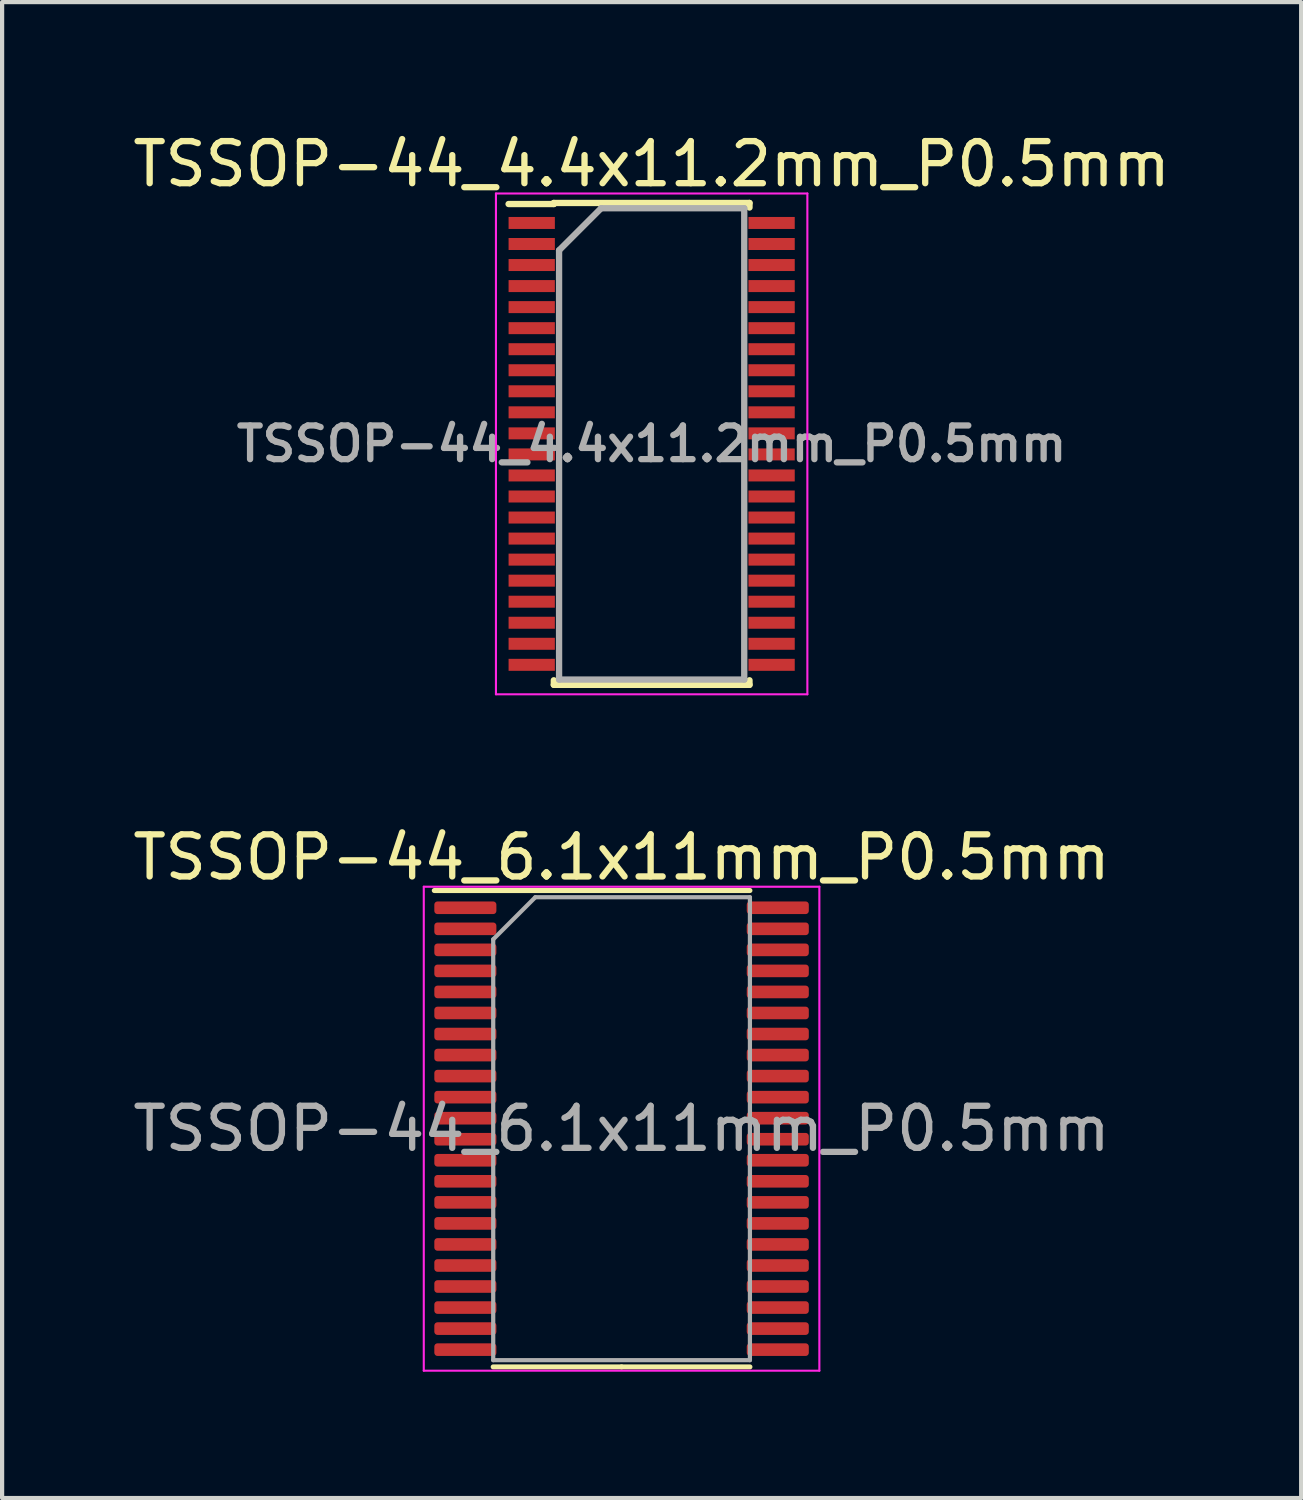
<source format=kicad_pcb>
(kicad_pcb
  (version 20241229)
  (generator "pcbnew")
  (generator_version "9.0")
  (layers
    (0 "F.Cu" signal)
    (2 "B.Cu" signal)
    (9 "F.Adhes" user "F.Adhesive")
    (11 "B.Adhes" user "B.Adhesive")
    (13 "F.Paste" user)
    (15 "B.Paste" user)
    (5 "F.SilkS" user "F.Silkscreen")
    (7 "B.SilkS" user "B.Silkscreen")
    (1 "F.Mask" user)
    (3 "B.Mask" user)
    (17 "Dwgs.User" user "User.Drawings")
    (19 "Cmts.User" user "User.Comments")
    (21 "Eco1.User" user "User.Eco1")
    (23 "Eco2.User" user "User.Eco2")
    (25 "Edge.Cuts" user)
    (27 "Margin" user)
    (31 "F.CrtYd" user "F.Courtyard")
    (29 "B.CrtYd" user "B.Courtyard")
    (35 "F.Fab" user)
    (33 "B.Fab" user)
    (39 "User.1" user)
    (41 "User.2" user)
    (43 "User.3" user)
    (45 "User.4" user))
  (footprint "TSSOP-44_4.4x11.2mm_P0.5mm"
    (layer "F.Cu")
    (at 12.435 7.498)
    (property "Reference" "TSSOP-44_4.4x11.2mm_P0.5mm" (at 0 -6.65 0) (layer "F.SilkS") (effects (font (size 1 1) (thickness 0.15))))
    (attr smd)
    (fp_line (start -2.325 -5.725) (end -2.325 -5.7) (stroke (width 0.15) (type solid)) (layer "F.SilkS"))
    (fp_line (start -2.325 -5.725) (end 2.325 -5.725) (stroke (width 0.15) (type solid)) (layer "F.SilkS"))
    (fp_line (start -2.325 -5.7) (end -3.4 -5.7) (stroke (width 0.15) (type solid)) (layer "F.SilkS"))
    (fp_line (start -2.325 5.725) (end -2.325 5.617) (stroke (width 0.15) (type solid)) (layer "F.SilkS"))
    (fp_line (start -2.325 5.725) (end 2.325 5.725) (stroke (width 0.15) (type solid)) (layer "F.SilkS"))
    (fp_line (start 2.325 -5.725) (end 2.325 -5.617) (stroke (width 0.15) (type solid)) (layer "F.SilkS"))
    (fp_line (start 2.325 5.725) (end 2.325 5.617) (stroke (width 0.15) (type solid)) (layer "F.SilkS"))
    (fp_line (start -3.7 -5.95) (end -3.7 5.95) (stroke (width 0.05) (type solid)) (layer "F.CrtYd"))
    (fp_line (start -3.7 -5.95) (end 3.7 -5.95) (stroke (width 0.05) (type solid)) (layer "F.CrtYd"))
    (fp_line (start -3.7 5.95) (end 3.7 5.95) (stroke (width 0.05) (type solid)) (layer "F.CrtYd"))
    (fp_line (start 3.7 -5.95) (end 3.7 5.95) (stroke (width 0.05) (type solid)) (layer "F.CrtYd"))
    (fp_line (start -2.2 -4.6) (end -1.2 -5.6) (stroke (width 0.15) (type solid)) (layer "F.Fab"))
    (fp_line (start -2.2 5.6) (end -2.2 -4.6) (stroke (width 0.15) (type solid)) (layer "F.Fab"))
    (fp_line (start -1.2 -5.6) (end 2.2 -5.6) (stroke (width 0.15) (type solid)) (layer "F.Fab"))
    (fp_line (start 2.2 -5.6) (end 2.2 5.6) (stroke (width 0.15) (type solid)) (layer "F.Fab"))
    (fp_line (start 2.2 5.6) (end -2.2 5.6) (stroke (width 0.15) (type solid)) (layer "F.Fab"))
    (fp_text user "${REFERENCE}" (at 0 0 0) (layer "F.Fab") (effects (font (size 0.8 0.8) (thickness 0.15))))
    (pad "1" smd rect (at -2.85 -5.25) (size 1.1 0.285) (layers "F.Cu" "F.Mask" "F.Paste"))
    (pad "2" smd rect (at -2.85 -4.75) (size 1.1 0.285) (layers "F.Cu" "F.Mask" "F.Paste"))
    (pad "3" smd rect (at -2.85 -4.25) (size 1.1 0.285) (layers "F.Cu" "F.Mask" "F.Paste"))
    (pad "4" smd rect (at -2.85 -3.75) (size 1.1 0.285) (layers "F.Cu" "F.Mask" "F.Paste"))
    (pad "5" smd rect (at -2.85 -3.25) (size 1.1 0.285) (layers "F.Cu" "F.Mask" "F.Paste"))
    (pad "6" smd rect (at -2.85 -2.75) (size 1.1 0.285) (layers "F.Cu" "F.Mask" "F.Paste"))
    (pad "7" smd rect (at -2.85 -2.25) (size 1.1 0.285) (layers "F.Cu" "F.Mask" "F.Paste"))
    (pad "8" smd rect (at -2.85 -1.75) (size 1.1 0.285) (layers "F.Cu" "F.Mask" "F.Paste"))
    (pad "9" smd rect (at -2.85 -1.25) (size 1.1 0.285) (layers "F.Cu" "F.Mask" "F.Paste"))
    (pad "10" smd rect (at -2.85 -0.75) (size 1.1 0.285) (layers "F.Cu" "F.Mask" "F.Paste"))
    (pad "11" smd rect (at -2.85 -0.25) (size 1.1 0.285) (layers "F.Cu" "F.Mask" "F.Paste"))
    (pad "12" smd rect (at -2.85 0.25) (size 1.1 0.285) (layers "F.Cu" "F.Mask" "F.Paste"))
    (pad "13" smd rect (at -2.85 0.75) (size 1.1 0.285) (layers "F.Cu" "F.Mask" "F.Paste"))
    (pad "14" smd rect (at -2.85 1.25) (size 1.1 0.285) (layers "F.Cu" "F.Mask" "F.Paste"))
    (pad "15" smd rect (at -2.85 1.75) (size 1.1 0.285) (layers "F.Cu" "F.Mask" "F.Paste"))
    (pad "16" smd rect (at -2.85 2.25) (size 1.1 0.285) (layers "F.Cu" "F.Mask" "F.Paste"))
    (pad "17" smd rect (at -2.85 2.75) (size 1.1 0.285) (layers "F.Cu" "F.Mask" "F.Paste"))
    (pad "18" smd rect (at -2.85 3.25) (size 1.1 0.285) (layers "F.Cu" "F.Mask" "F.Paste"))
    (pad "19" smd rect (at -2.85 3.75) (size 1.1 0.285) (layers "F.Cu" "F.Mask" "F.Paste"))
    (pad "20" smd rect (at -2.85 4.25) (size 1.1 0.285) (layers "F.Cu" "F.Mask" "F.Paste"))
    (pad "21" smd rect (at -2.85 4.75) (size 1.1 0.285) (layers "F.Cu" "F.Mask" "F.Paste"))
    (pad "22" smd rect (at -2.85 5.25) (size 1.1 0.285) (layers "F.Cu" "F.Mask" "F.Paste"))
    (pad "23" smd rect (at 2.85 5.25) (size 1.1 0.285) (layers "F.Cu" "F.Mask" "F.Paste"))
    (pad "24" smd rect (at 2.85 4.75) (size 1.1 0.285) (layers "F.Cu" "F.Mask" "F.Paste"))
    (pad "25" smd rect (at 2.85 4.25) (size 1.1 0.285) (layers "F.Cu" "F.Mask" "F.Paste"))
    (pad "26" smd rect (at 2.85 3.75) (size 1.1 0.285) (layers "F.Cu" "F.Mask" "F.Paste"))
    (pad "27" smd rect (at 2.85 3.25) (size 1.1 0.285) (layers "F.Cu" "F.Mask" "F.Paste"))
    (pad "28" smd rect (at 2.85 2.75) (size 1.1 0.285) (layers "F.Cu" "F.Mask" "F.Paste"))
    (pad "29" smd rect (at 2.85 2.25) (size 1.1 0.285) (layers "F.Cu" "F.Mask" "F.Paste"))
    (pad "30" smd rect (at 2.85 1.75) (size 1.1 0.285) (layers "F.Cu" "F.Mask" "F.Paste"))
    (pad "31" smd rect (at 2.85 1.25) (size 1.1 0.285) (layers "F.Cu" "F.Mask" "F.Paste"))
    (pad "32" smd rect (at 2.85 0.75) (size 1.1 0.285) (layers "F.Cu" "F.Mask" "F.Paste"))
    (pad "33" smd rect (at 2.85 0.25) (size 1.1 0.285) (layers "F.Cu" "F.Mask" "F.Paste"))
    (pad "34" smd rect (at 2.85 -0.25) (size 1.1 0.285) (layers "F.Cu" "F.Mask" "F.Paste"))
    (pad "35" smd rect (at 2.85 -0.75) (size 1.1 0.285) (layers "F.Cu" "F.Mask" "F.Paste"))
    (pad "36" smd rect (at 2.85 -1.25) (size 1.1 0.285) (layers "F.Cu" "F.Mask" "F.Paste"))
    (pad "37" smd rect (at 2.85 -1.75) (size 1.1 0.285) (layers "F.Cu" "F.Mask" "F.Paste"))
    (pad "38" smd rect (at 2.85 -2.25) (size 1.1 0.285) (layers "F.Cu" "F.Mask" "F.Paste"))
    (pad "39" smd rect (at 2.85 -2.75) (size 1.1 0.285) (layers "F.Cu" "F.Mask" "F.Paste"))
    (pad "40" smd rect (at 2.85 -3.25) (size 1.1 0.285) (layers "F.Cu" "F.Mask" "F.Paste"))
    (pad "41" smd rect (at 2.85 -3.75) (size 1.1 0.285) (layers "F.Cu" "F.Mask" "F.Paste"))
    (pad "42" smd rect (at 2.85 -4.25) (size 1.1 0.285) (layers "F.Cu" "F.Mask" "F.Paste"))
    (pad "43" smd rect (at 2.85 -4.75) (size 1.1 0.285) (layers "F.Cu" "F.Mask" "F.Paste"))
    (pad "44" smd rect (at 2.85 -5.25) (size 1.1 0.285) (layers "F.Cu" "F.Mask" "F.Paste")))
  (footprint "TSSOP-44_6.1x11mm_P0.5mm"
    (layer "F.Cu")
    (at 11.72 23.771)
    (property "Reference" "TSSOP-44_6.1x11mm_P0.5mm" (at 0 -6.45 0) (layer "F.SilkS") (effects (font (size 1 1) (thickness 0.15))))
    (attr smd)
    (fp_line (start 0 -5.66) (end -4.45 -5.66) (stroke (width 0.12) (type solid)) (layer "F.SilkS"))
    (fp_line (start 0 -5.66) (end 3.05 -5.66) (stroke (width 0.12) (type solid)) (layer "F.SilkS"))
    (fp_line (start 0 5.66) (end -3.05 5.66) (stroke (width 0.12) (type solid)) (layer "F.SilkS"))
    (fp_line (start 0 5.66) (end 3.05 5.66) (stroke (width 0.12) (type solid)) (layer "F.SilkS"))
    (fp_line (start -4.7 -5.75) (end -4.7 5.75) (stroke (width 0.05) (type solid)) (layer "F.CrtYd"))
    (fp_line (start -4.7 5.75) (end 4.7 5.75) (stroke (width 0.05) (type solid)) (layer "F.CrtYd"))
    (fp_line (start 4.7 -5.75) (end -4.7 -5.75) (stroke (width 0.05) (type solid)) (layer "F.CrtYd"))
    (fp_line (start 4.7 5.75) (end 4.7 -5.75) (stroke (width 0.05) (type solid)) (layer "F.CrtYd"))
    (fp_line (start -3.05 -4.5) (end -2.05 -5.5) (stroke (width 0.1) (type solid)) (layer "F.Fab"))
    (fp_line (start -3.05 5.5) (end -3.05 -4.5) (stroke (width 0.1) (type solid)) (layer "F.Fab"))
    (fp_line (start -2.05 -5.5) (end 3.05 -5.5) (stroke (width 0.1) (type solid)) (layer "F.Fab"))
    (fp_line (start 3.05 -5.5) (end 3.05 5.5) (stroke (width 0.1) (type solid)) (layer "F.Fab"))
    (fp_line (start 3.05 5.5) (end -3.05 5.5) (stroke (width 0.1) (type solid)) (layer "F.Fab"))
    (fp_text user "${REFERENCE}" (at 0 0 0) (layer "F.Fab") (effects (font (size 1 1) (thickness 0.15))))
    (pad "1" smd roundrect (at -3.712 -5.25) (size 1.475 0.3) (layers "F.Cu" "F.Mask" "F.Paste") (roundrect_rratio 0.25))
    (pad "2" smd roundrect (at -3.712 -4.75) (size 1.475 0.3) (layers "F.Cu" "F.Mask" "F.Paste") (roundrect_rratio 0.25))
    (pad "3" smd roundrect (at -3.712 -4.25) (size 1.475 0.3) (layers "F.Cu" "F.Mask" "F.Paste") (roundrect_rratio 0.25))
    (pad "4" smd roundrect (at -3.712 -3.75) (size 1.475 0.3) (layers "F.Cu" "F.Mask" "F.Paste") (roundrect_rratio 0.25))
    (pad "5" smd roundrect (at -3.712 -3.25) (size 1.475 0.3) (layers "F.Cu" "F.Mask" "F.Paste") (roundrect_rratio 0.25))
    (pad "6" smd roundrect (at -3.712 -2.75) (size 1.475 0.3) (layers "F.Cu" "F.Mask" "F.Paste") (roundrect_rratio 0.25))
    (pad "7" smd roundrect (at -3.712 -2.25) (size 1.475 0.3) (layers "F.Cu" "F.Mask" "F.Paste") (roundrect_rratio 0.25))
    (pad "8" smd roundrect (at -3.712 -1.75) (size 1.475 0.3) (layers "F.Cu" "F.Mask" "F.Paste") (roundrect_rratio 0.25))
    (pad "9" smd roundrect (at -3.712 -1.25) (size 1.475 0.3) (layers "F.Cu" "F.Mask" "F.Paste") (roundrect_rratio 0.25))
    (pad "10" smd roundrect (at -3.712 -0.75) (size 1.475 0.3) (layers "F.Cu" "F.Mask" "F.Paste") (roundrect_rratio 0.25))
    (pad "11" smd roundrect (at -3.712 -0.25) (size 1.475 0.3) (layers "F.Cu" "F.Mask" "F.Paste") (roundrect_rratio 0.25))
    (pad "12" smd roundrect (at -3.712 0.25) (size 1.475 0.3) (layers "F.Cu" "F.Mask" "F.Paste") (roundrect_rratio 0.25))
    (pad "13" smd roundrect (at -3.712 0.75) (size 1.475 0.3) (layers "F.Cu" "F.Mask" "F.Paste") (roundrect_rratio 0.25))
    (pad "14" smd roundrect (at -3.712 1.25) (size 1.475 0.3) (layers "F.Cu" "F.Mask" "F.Paste") (roundrect_rratio 0.25))
    (pad "15" smd roundrect (at -3.712 1.75) (size 1.475 0.3) (layers "F.Cu" "F.Mask" "F.Paste") (roundrect_rratio 0.25))
    (pad "16" smd roundrect (at -3.712 2.25) (size 1.475 0.3) (layers "F.Cu" "F.Mask" "F.Paste") (roundrect_rratio 0.25))
    (pad "17" smd roundrect (at -3.712 2.75) (size 1.475 0.3) (layers "F.Cu" "F.Mask" "F.Paste") (roundrect_rratio 0.25))
    (pad "18" smd roundrect (at -3.712 3.25) (size 1.475 0.3) (layers "F.Cu" "F.Mask" "F.Paste") (roundrect_rratio 0.25))
    (pad "19" smd roundrect (at -3.712 3.75) (size 1.475 0.3) (layers "F.Cu" "F.Mask" "F.Paste") (roundrect_rratio 0.25))
    (pad "20" smd roundrect (at -3.712 4.25) (size 1.475 0.3) (layers "F.Cu" "F.Mask" "F.Paste") (roundrect_rratio 0.25))
    (pad "21" smd roundrect (at -3.712 4.75) (size 1.475 0.3) (layers "F.Cu" "F.Mask" "F.Paste") (roundrect_rratio 0.25))
    (pad "22" smd roundrect (at -3.712 5.25) (size 1.475 0.3) (layers "F.Cu" "F.Mask" "F.Paste") (roundrect_rratio 0.25))
    (pad "23" smd roundrect (at 3.712 5.25) (size 1.475 0.3) (layers "F.Cu" "F.Mask" "F.Paste") (roundrect_rratio 0.25))
    (pad "24" smd roundrect (at 3.712 4.75) (size 1.475 0.3) (layers "F.Cu" "F.Mask" "F.Paste") (roundrect_rratio 0.25))
    (pad "25" smd roundrect (at 3.712 4.25) (size 1.475 0.3) (layers "F.Cu" "F.Mask" "F.Paste") (roundrect_rratio 0.25))
    (pad "26" smd roundrect (at 3.712 3.75) (size 1.475 0.3) (layers "F.Cu" "F.Mask" "F.Paste") (roundrect_rratio 0.25))
    (pad "27" smd roundrect (at 3.712 3.25) (size 1.475 0.3) (layers "F.Cu" "F.Mask" "F.Paste") (roundrect_rratio 0.25))
    (pad "28" smd roundrect (at 3.712 2.75) (size 1.475 0.3) (layers "F.Cu" "F.Mask" "F.Paste") (roundrect_rratio 0.25))
    (pad "29" smd roundrect (at 3.712 2.25) (size 1.475 0.3) (layers "F.Cu" "F.Mask" "F.Paste") (roundrect_rratio 0.25))
    (pad "30" smd roundrect (at 3.712 1.75) (size 1.475 0.3) (layers "F.Cu" "F.Mask" "F.Paste") (roundrect_rratio 0.25))
    (pad "31" smd roundrect (at 3.712 1.25) (size 1.475 0.3) (layers "F.Cu" "F.Mask" "F.Paste") (roundrect_rratio 0.25))
    (pad "32" smd roundrect (at 3.712 0.75) (size 1.475 0.3) (layers "F.Cu" "F.Mask" "F.Paste") (roundrect_rratio 0.25))
    (pad "33" smd roundrect (at 3.712 0.25) (size 1.475 0.3) (layers "F.Cu" "F.Mask" "F.Paste") (roundrect_rratio 0.25))
    (pad "34" smd roundrect (at 3.712 -0.25) (size 1.475 0.3) (layers "F.Cu" "F.Mask" "F.Paste") (roundrect_rratio 0.25))
    (pad "35" smd roundrect (at 3.712 -0.75) (size 1.475 0.3) (layers "F.Cu" "F.Mask" "F.Paste") (roundrect_rratio 0.25))
    (pad "36" smd roundrect (at 3.712 -1.25) (size 1.475 0.3) (layers "F.Cu" "F.Mask" "F.Paste") (roundrect_rratio 0.25))
    (pad "37" smd roundrect (at 3.712 -1.75) (size 1.475 0.3) (layers "F.Cu" "F.Mask" "F.Paste") (roundrect_rratio 0.25))
    (pad "38" smd roundrect (at 3.712 -2.25) (size 1.475 0.3) (layers "F.Cu" "F.Mask" "F.Paste") (roundrect_rratio 0.25))
    (pad "39" smd roundrect (at 3.712 -2.75) (size 1.475 0.3) (layers "F.Cu" "F.Mask" "F.Paste") (roundrect_rratio 0.25))
    (pad "40" smd roundrect (at 3.712 -3.25) (size 1.475 0.3) (layers "F.Cu" "F.Mask" "F.Paste") (roundrect_rratio 0.25))
    (pad "41" smd roundrect (at 3.712 -3.75) (size 1.475 0.3) (layers "F.Cu" "F.Mask" "F.Paste") (roundrect_rratio 0.25))
    (pad "42" smd roundrect (at 3.712 -4.25) (size 1.475 0.3) (layers "F.Cu" "F.Mask" "F.Paste") (roundrect_rratio 0.25))
    (pad "43" smd roundrect (at 3.712 -4.75) (size 1.475 0.3) (layers "F.Cu" "F.Mask" "F.Paste") (roundrect_rratio 0.25))
    (pad "44" smd roundrect (at 3.712 -5.25) (size 1.475 0.3) (layers "F.Cu" "F.Mask" "F.Paste") (roundrect_rratio 0.25)))
  (gr_rect
    (start -3 -3)
    (end 27.869 32.547)
    (stroke (width 0.1) (type default))
    (fill no)
    (layer "Edge.Cuts")))
</source>
